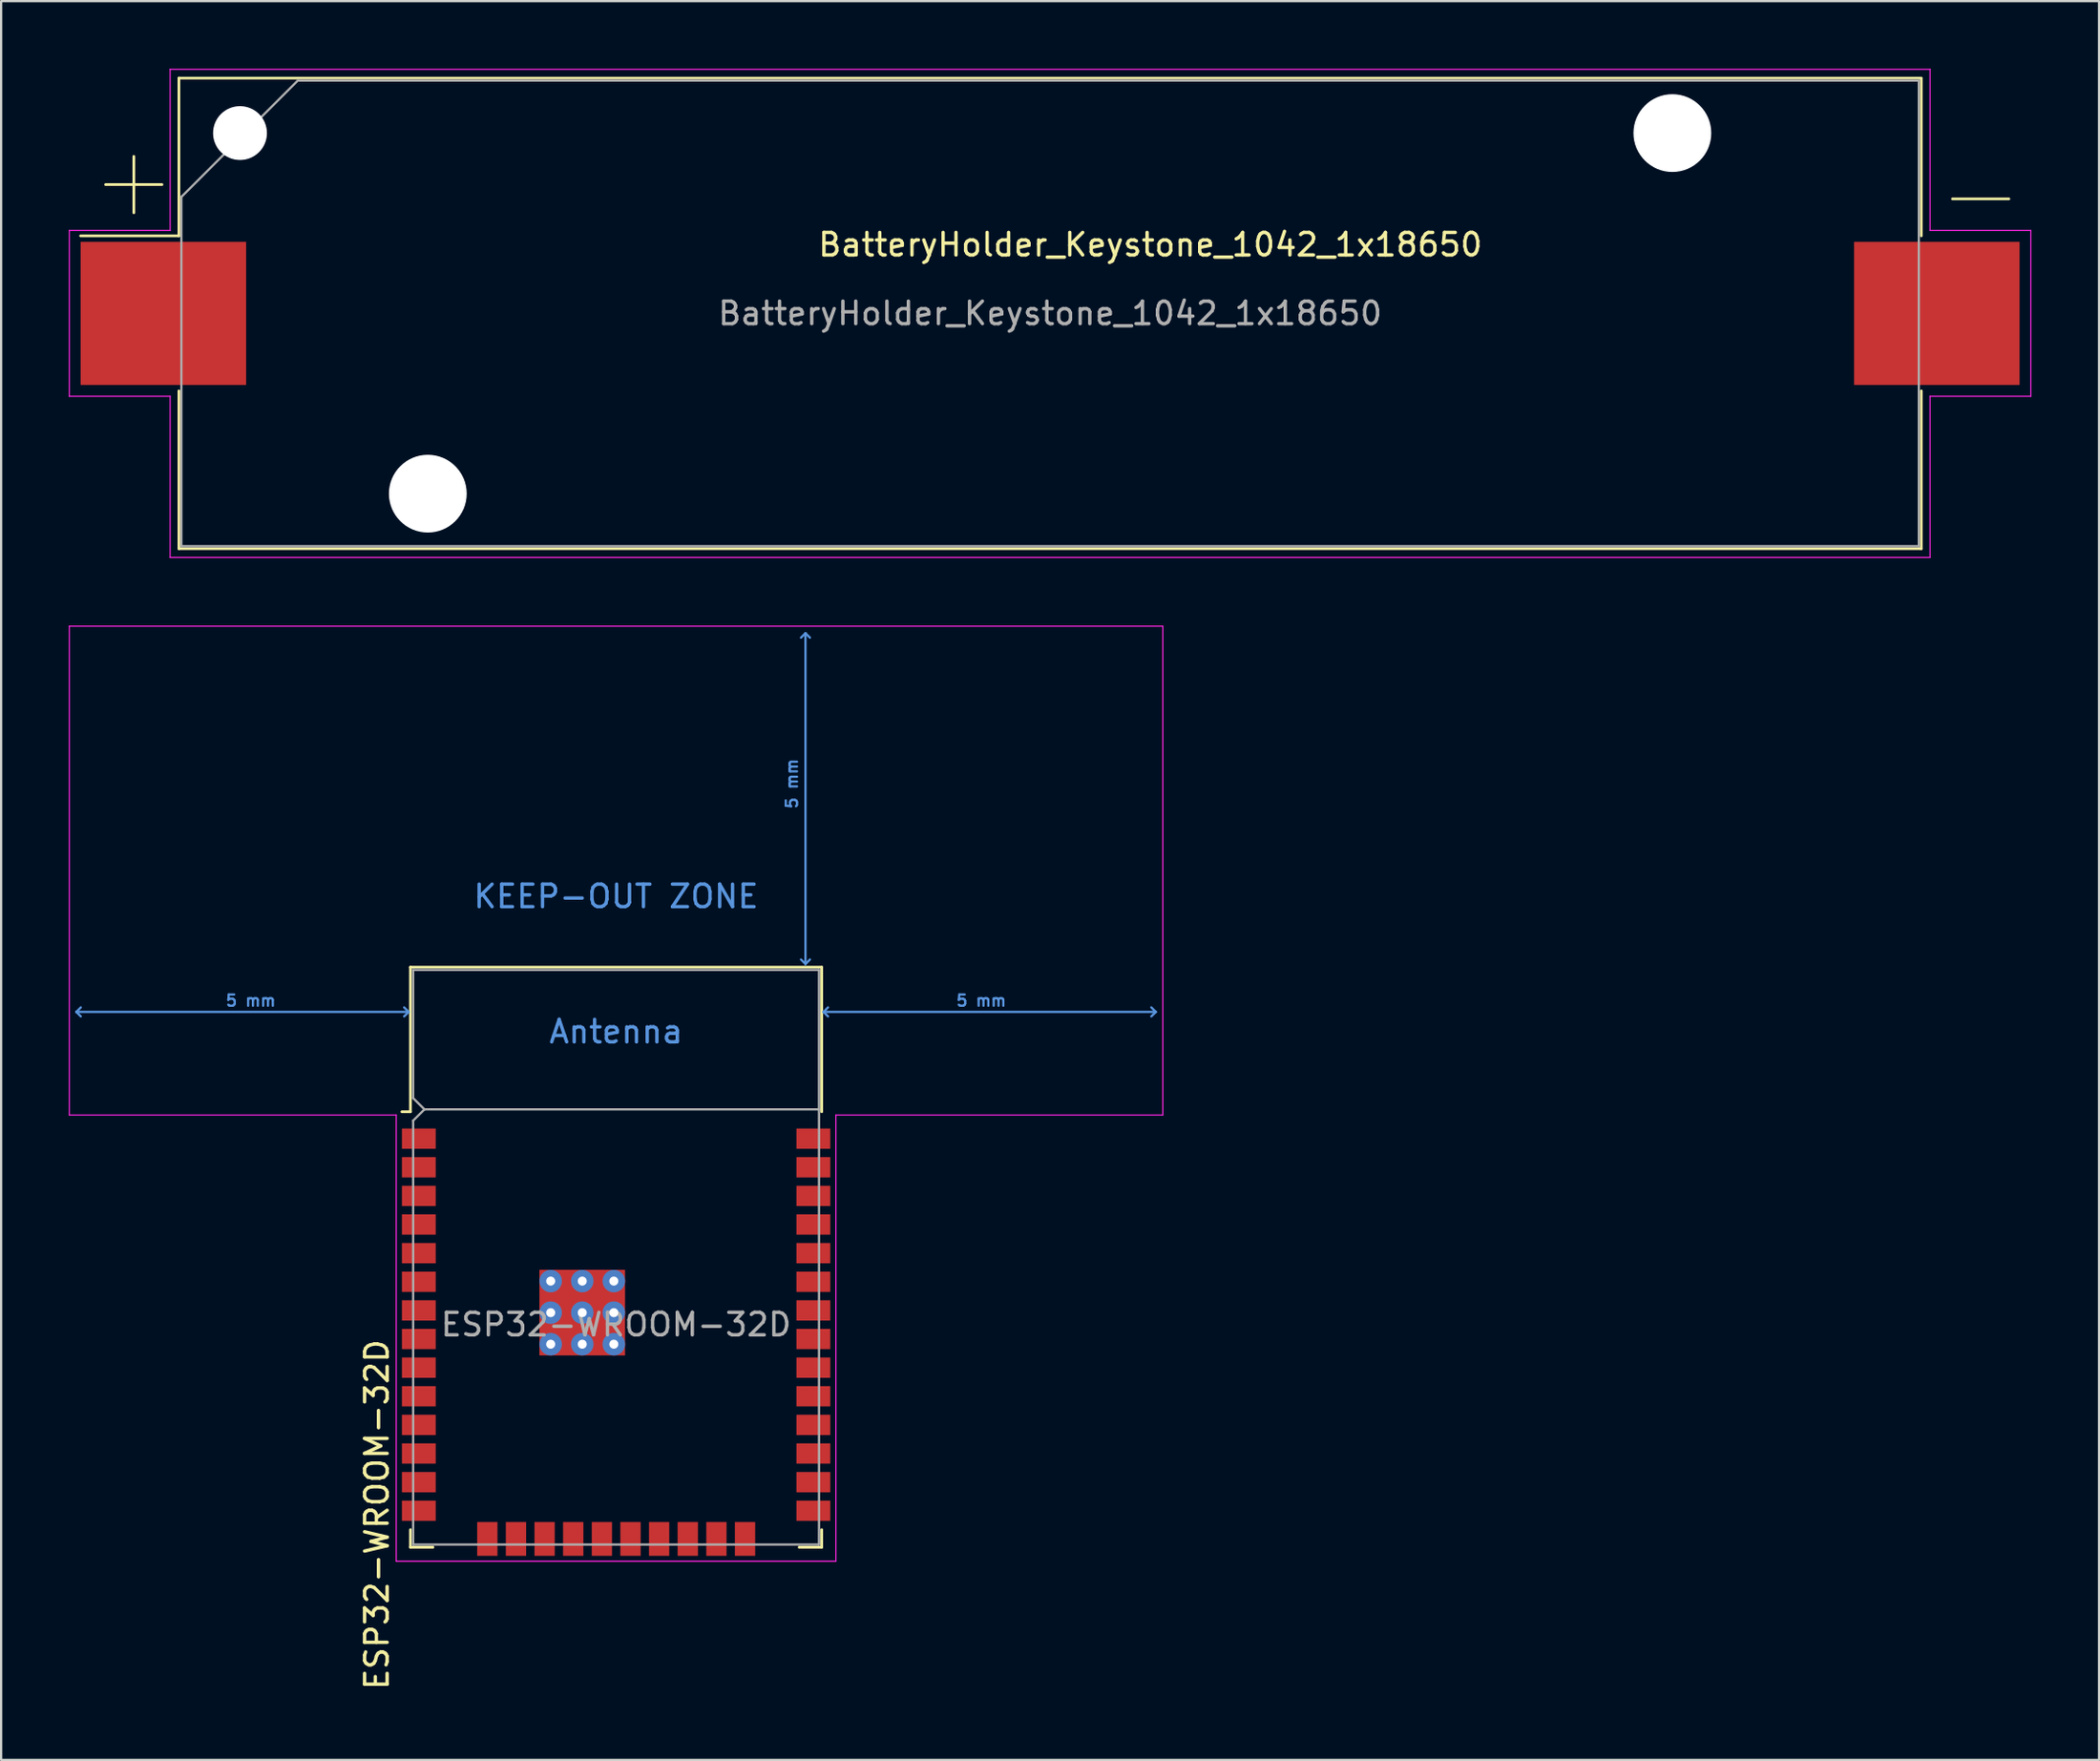
<source format=kicad_pcb>
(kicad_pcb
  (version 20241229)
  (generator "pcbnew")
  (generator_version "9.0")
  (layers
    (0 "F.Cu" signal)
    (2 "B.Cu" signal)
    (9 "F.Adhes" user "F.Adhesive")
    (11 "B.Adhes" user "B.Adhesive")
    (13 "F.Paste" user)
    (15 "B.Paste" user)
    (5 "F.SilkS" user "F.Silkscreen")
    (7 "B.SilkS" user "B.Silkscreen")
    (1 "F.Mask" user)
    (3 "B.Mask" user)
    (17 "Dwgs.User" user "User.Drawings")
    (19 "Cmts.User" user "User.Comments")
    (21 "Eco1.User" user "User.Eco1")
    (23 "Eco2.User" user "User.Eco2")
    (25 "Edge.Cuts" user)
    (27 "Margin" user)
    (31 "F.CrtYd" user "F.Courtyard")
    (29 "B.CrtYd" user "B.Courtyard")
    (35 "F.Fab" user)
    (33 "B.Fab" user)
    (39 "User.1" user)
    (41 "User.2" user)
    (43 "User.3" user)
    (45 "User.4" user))
  (footprint "BatteryHolder_Keystone_1042_1x18650"
    (layer "F.Cu")
    (at 43.525 10.855)
    (property "Reference" "BatteryHolder_Keystone_1042_1x18650" (at 4.445 -3.048 0) (layer "F.SilkS") (effects (font (size 1 1) (thickness 0.15))))
    (attr smd)
    (fp_line (start -41.89 -5.715) (end -39.39 -5.715) (stroke (width 0.12) (type solid)) (layer "F.SilkS"))
    (fp_line (start -40.64 -4.465) (end -40.64 -6.965) (stroke (width 0.12) (type solid)) (layer "F.SilkS"))
    (fp_line (start -38.64 -10.44) (end -38.64 -3.44) (stroke (width 0.12) (type solid)) (layer "F.SilkS"))
    (fp_line (start -38.64 -3.44) (end -43 -3.44) (stroke (width 0.12) (type solid)) (layer "F.SilkS"))
    (fp_line (start -38.64 10.44) (end -38.64 3.44) (stroke (width 0.12) (type solid)) (layer "F.SilkS"))
    (fp_line (start 38.64 -10.44) (end -38.64 -10.44) (stroke (width 0.12) (type solid)) (layer "F.SilkS"))
    (fp_line (start 38.64 -3.44) (end 38.64 -10.42) (stroke (width 0.12) (type solid)) (layer "F.SilkS"))
    (fp_line (start 38.64 3.44) (end 38.64 10.44) (stroke (width 0.12) (type solid)) (layer "F.SilkS"))
    (fp_line (start 38.64 10.44) (end -38.64 10.44) (stroke (width 0.12) (type solid)) (layer "F.SilkS"))
    (fp_line (start 42.525 -5.08) (end 40.025 -5.08) (stroke (width 0.12) (type solid)) (layer "F.SilkS"))
    (fp_line (start -43.5 -3.68) (end -39.03 -3.68) (stroke (width 0.05) (type solid)) (layer "F.CrtYd"))
    (fp_line (start -43.5 3.68) (end -43.5 -3.68) (stroke (width 0.05) (type solid)) (layer "F.CrtYd"))
    (fp_line (start -39.03 -10.83) (end -39.03 -3.68) (stroke (width 0.05) (type solid)) (layer "F.CrtYd"))
    (fp_line (start -39.03 -10.83) (end 39.03 -10.83) (stroke (width 0.05) (type solid)) (layer "F.CrtYd"))
    (fp_line (start -39.03 3.68) (end -43.5 3.68) (stroke (width 0.05) (type solid)) (layer "F.CrtYd"))
    (fp_line (start -39.03 10.83) (end -39.03 3.68) (stroke (width 0.05) (type solid)) (layer "F.CrtYd"))
    (fp_line (start -39.03 10.83) (end 39.03 10.83) (stroke (width 0.05) (type solid)) (layer "F.CrtYd"))
    (fp_line (start 39.03 -10.83) (end 39.03 -3.68) (stroke (width 0.05) (type solid)) (layer "F.CrtYd"))
    (fp_line (start 39.03 3.68) (end 43.5 3.68) (stroke (width 0.05) (type solid)) (layer "F.CrtYd"))
    (fp_line (start 39.03 10.83) (end 39.03 3.68) (stroke (width 0.05) (type solid)) (layer "F.CrtYd"))
    (fp_line (start 43.5 -3.68) (end 39.03 -3.68) (stroke (width 0.05) (type solid)) (layer "F.CrtYd"))
    (fp_line (start 43.5 3.68) (end 43.5 -3.68) (stroke (width 0.05) (type solid)) (layer "F.CrtYd"))
    (fp_line (start -38.53 -5.168) (end -38.53 10.33) (stroke (width 0.1) (type solid)) (layer "F.Fab"))
    (fp_line (start -38.53 10.33) (end 38.53 10.33) (stroke (width 0.1) (type solid)) (layer "F.Fab"))
    (fp_line (start -33.367 -10.33) (end -38.53 -5.168) (stroke (width 0.1) (type solid)) (layer "F.Fab"))
    (fp_line (start -33.367 -10.33) (end 38.53 -10.33) (stroke (width 0.1) (type solid)) (layer "F.Fab"))
    (fp_line (start 38.53 -10.33) (end 38.53 10.33) (stroke (width 0.1) (type solid)) (layer "F.Fab"))
    (fp_text user "${REFERENCE}" (at 0 0 0) (layer "F.Fab") (effects (font (size 1 1) (thickness 0.15))))
    (pad "" np_thru_hole circle (at -35.93 -8) (size 2.39 2.39) (drill 2.39) (layers "*.Cu" "*.Mask"))
    (pad "" np_thru_hole circle (at -27.6 8) (size 3.45 3.45) (drill 3.45) (layers "*.Cu" "*.Mask"))
    (pad "" np_thru_hole circle (at 27.6 -8) (size 3.45 3.45) (drill 3.45) (layers "*.Cu" "*.Mask"))
    (pad "1" smd rect (at -39.33 0) (size 7.34 6.35) (layers "F.Cu" "F.Mask" "F.Paste"))
    (pad "2" smd rect (at 39.33 0) (size 7.34 6.35) (layers "F.Cu" "F.Mask" "F.Paste")))
  (footprint "ESP32-WROOM-32D"
    (layer "F.Cu")
    (at 24.275 55.725)
    (property "Reference" "ESP32-WROOM-32D" (at -10.61 8.43 90) (layer "F.SilkS") (effects (font (size 1 1) (thickness 0.15))))
    (attr smd)
    (fp_line (start -9.12 -15.86) (end -9.12 -9.445) (stroke (width 0.12) (type solid)) (layer "F.SilkS"))
    (fp_line (start -9.12 -15.86) (end 9.12 -15.86) (stroke (width 0.12) (type solid)) (layer "F.SilkS"))
    (fp_line (start -9.12 -9.445) (end -9.5 -9.445) (stroke (width 0.12) (type solid)) (layer "F.SilkS"))
    (fp_line (start -9.12 9.1) (end -9.12 9.88) (stroke (width 0.12) (type solid)) (layer "F.SilkS"))
    (fp_line (start -9.12 9.88) (end -8.12 9.88) (stroke (width 0.12) (type solid)) (layer "F.SilkS"))
    (fp_line (start 9.12 -15.86) (end 9.12 -9.445) (stroke (width 0.12) (type solid)) (layer "F.SilkS"))
    (fp_line (start 9.12 9.1) (end 9.12 9.88) (stroke (width 0.12) (type solid)) (layer "F.SilkS"))
    (fp_line (start 9.12 9.88) (end 8.12 9.88) (stroke (width 0.12) (type solid)) (layer "F.SilkS"))
    (fp_line (start -23.94 -13.875) (end -23.74 -14.075) (stroke (width 0.1) (type solid)) (layer "Cmts.User"))
    (fp_line (start -23.94 -13.875) (end -23.74 -13.675) (stroke (width 0.1) (type solid)) (layer "Cmts.User"))
    (fp_line (start -23.94 -13.875) (end -9.2 -13.875) (stroke (width 0.1) (type solid)) (layer "Cmts.User"))
    (fp_line (start -9.2 -13.875) (end -9.4 -14.075) (stroke (width 0.1) (type solid)) (layer "Cmts.User"))
    (fp_line (start -9.2 -13.875) (end -9.4 -13.675) (stroke (width 0.1) (type solid)) (layer "Cmts.User"))
    (fp_line (start 8.4 -30.68) (end 8.2 -30.48) (stroke (width 0.1) (type solid)) (layer "Cmts.User"))
    (fp_line (start 8.4 -30.68) (end 8.6 -30.48) (stroke (width 0.1) (type solid)) (layer "Cmts.User"))
    (fp_line (start 8.4 -16) (end 8.2 -16.2) (stroke (width 0.1) (type solid)) (layer "Cmts.User"))
    (fp_line (start 8.4 -16) (end 8.4 -30.68) (stroke (width 0.1) (type solid)) (layer "Cmts.User"))
    (fp_line (start 8.4 -16) (end 8.6 -16.2) (stroke (width 0.1) (type solid)) (layer "Cmts.User"))
    (fp_line (start 9.2 -13.875) (end 9.4 -14.075) (stroke (width 0.1) (type solid)) (layer "Cmts.User"))
    (fp_line (start 9.2 -13.875) (end 9.4 -13.675) (stroke (width 0.1) (type solid)) (layer "Cmts.User"))
    (fp_line (start 9.2 -13.875) (end 23.94 -13.875) (stroke (width 0.1) (type solid)) (layer "Cmts.User"))
    (fp_line (start 23.94 -13.875) (end 23.74 -14.075) (stroke (width 0.1) (type solid)) (layer "Cmts.User"))
    (fp_line (start 23.94 -13.875) (end 23.74 -13.675) (stroke (width 0.1) (type solid)) (layer "Cmts.User"))
    (fp_line (start -24.25 -30.99) (end -24.25 -9.3) (stroke (width 0.05) (type solid)) (layer "F.CrtYd"))
    (fp_line (start -24.25 -30.99) (end 24.25 -30.99) (stroke (width 0.05) (type solid)) (layer "F.CrtYd"))
    (fp_line (start -24.25 -9.3) (end -9.75 -9.3) (stroke (width 0.05) (type solid)) (layer "F.CrtYd"))
    (fp_line (start -9.75 10.5) (end -9.75 -9.3) (stroke (width 0.05) (type solid)) (layer "F.CrtYd"))
    (fp_line (start -9.75 10.5) (end 9.75 10.5) (stroke (width 0.05) (type solid)) (layer "F.CrtYd"))
    (fp_line (start 9.75 -9.3) (end 9.75 10.5) (stroke (width 0.05) (type solid)) (layer "F.CrtYd"))
    (fp_line (start 9.75 -9.3) (end 24.25 -9.3) (stroke (width 0.05) (type solid)) (layer "F.CrtYd"))
    (fp_line (start 24.25 -30.99) (end 24.25 -9.3) (stroke (width 0.05) (type solid)) (layer "F.CrtYd"))
    (fp_line (start -9 -15.74) (end -9 -10.05) (stroke (width 0.1) (type solid)) (layer "F.Fab"))
    (fp_line (start -9 -15.74) (end 9 -15.74) (stroke (width 0.1) (type solid)) (layer "F.Fab"))
    (fp_line (start -9 -9.05) (end -9 9.76) (stroke (width 0.1) (type solid)) (layer "F.Fab"))
    (fp_line (start -9 -9.05) (end -8.5 -9.55) (stroke (width 0.1) (type solid)) (layer "F.Fab"))
    (fp_line (start -9 9.76) (end 9 9.76) (stroke (width 0.1) (type solid)) (layer "F.Fab"))
    (fp_line (start -8.5 -9.55) (end -9 -10.05) (stroke (width 0.1) (type solid)) (layer "F.Fab"))
    (fp_line (start -8.5 -9.55) (end 9 -9.55) (stroke (width 0.1) (type solid)) (layer "F.Fab"))
    (fp_line (start 9 9.76) (end 9 -15.74) (stroke (width 0.1) (type solid)) (layer "F.Fab"))
    (fp_text user "5 mm" (at -16.2 -14.375 0) (layer "Cmts.User") (effects (font (size 0.5 0.5) (thickness 0.1))))
    (fp_text user "KEEP-OUT ZONE" (at 0 -19 0) (layer "Cmts.User") (effects (font (size 1 1) (thickness 0.15))))
    (fp_text user "5 mm" (at 7.8 -24 90) (layer "Cmts.User") (effects (font (size 0.5 0.5) (thickness 0.1))))
    (fp_text user "5 mm" (at 16.2 -14.375 0) (layer "Cmts.User") (effects (font (size 0.5 0.5) (thickness 0.1))))
    (fp_text user "Antenna" (at 0 -13 0) (layer "Cmts.User") (effects (font (size 1 1) (thickness 0.15))))
    (fp_text user "${REFERENCE}" (at 0 0 0) (layer "F.Fab") (effects (font (size 1 1) (thickness 0.15))))
    (pad "1" smd rect (at -8.75 -8.25) (size 1.5 0.9) (layers "F.Cu" "F.Mask" "F.Paste"))
    (pad "2" smd rect (at -8.75 -6.98) (size 1.5 0.9) (layers "F.Cu" "F.Mask" "F.Paste"))
    (pad "3" smd rect (at -8.75 -5.71) (size 1.5 0.9) (layers "F.Cu" "F.Mask" "F.Paste"))
    (pad "4" smd rect (at -8.75 -4.44) (size 1.5 0.9) (layers "F.Cu" "F.Mask" "F.Paste"))
    (pad "5" smd rect (at -8.75 -3.17) (size 1.5 0.9) (layers "F.Cu" "F.Mask" "F.Paste"))
    (pad "6" smd rect (at -8.75 -1.9) (size 1.5 0.9) (layers "F.Cu" "F.Mask" "F.Paste"))
    (pad "7" smd rect (at -8.75 -0.63) (size 1.5 0.9) (layers "F.Cu" "F.Mask" "F.Paste"))
    (pad "8" smd rect (at -8.75 0.64) (size 1.5 0.9) (layers "F.Cu" "F.Mask" "F.Paste"))
    (pad "9" smd rect (at -8.75 1.91) (size 1.5 0.9) (layers "F.Cu" "F.Mask" "F.Paste"))
    (pad "10" smd rect (at -8.75 3.18) (size 1.5 0.9) (layers "F.Cu" "F.Mask" "F.Paste"))
    (pad "11" smd rect (at -8.75 4.45) (size 1.5 0.9) (layers "F.Cu" "F.Mask" "F.Paste"))
    (pad "12" smd rect (at -8.75 5.72) (size 1.5 0.9) (layers "F.Cu" "F.Mask" "F.Paste"))
    (pad "13" smd rect (at -8.75 6.99) (size 1.5 0.9) (layers "F.Cu" "F.Mask" "F.Paste"))
    (pad "14" smd rect (at -8.75 8.26) (size 1.5 0.9) (layers "F.Cu" "F.Mask" "F.Paste"))
    (pad "15" smd rect (at -5.71 9.51 90) (size 1.5 0.9) (layers "F.Cu" "F.Mask" "F.Paste"))
    (pad "16" smd rect (at -4.44 9.51 90) (size 1.5 0.9) (layers "F.Cu" "F.Mask" "F.Paste"))
    (pad "17" smd rect (at -3.17 9.51 90) (size 1.5 0.9) (layers "F.Cu" "F.Mask" "F.Paste"))
    (pad "18" smd rect (at -1.9 9.51 90) (size 1.5 0.9) (layers "F.Cu" "F.Mask" "F.Paste"))
    (pad "19" smd rect (at -0.63 9.51 90) (size 1.5 0.9) (layers "F.Cu" "F.Mask" "F.Paste"))
    (pad "20" smd rect (at 0.64 9.51 90) (size 1.5 0.9) (layers "F.Cu" "F.Mask" "F.Paste"))
    (pad "21" smd rect (at 1.91 9.51 90) (size 1.5 0.9) (layers "F.Cu" "F.Mask" "F.Paste"))
    (pad "22" smd rect (at 3.18 9.51 90) (size 1.5 0.9) (layers "F.Cu" "F.Mask" "F.Paste"))
    (pad "23" smd rect (at 4.45 9.51 90) (size 1.5 0.9) (layers "F.Cu" "F.Mask" "F.Paste"))
    (pad "24" smd rect (at 5.72 9.51 90) (size 1.5 0.9) (layers "F.Cu" "F.Mask" "F.Paste"))
    (pad "25" smd rect (at 8.75 8.26) (size 1.5 0.9) (layers "F.Cu" "F.Mask" "F.Paste"))
    (pad "26" smd rect (at 8.75 6.99) (size 1.5 0.9) (layers "F.Cu" "F.Mask" "F.Paste"))
    (pad "27" smd rect (at 8.75 5.72) (size 1.5 0.9) (layers "F.Cu" "F.Mask" "F.Paste"))
    (pad "28" smd rect (at 8.75 4.45) (size 1.5 0.9) (layers "F.Cu" "F.Mask" "F.Paste"))
    (pad "29" smd rect (at 8.75 3.18) (size 1.5 0.9) (layers "F.Cu" "F.Mask" "F.Paste"))
    (pad "30" smd rect (at 8.75 1.91) (size 1.5 0.9) (layers "F.Cu" "F.Mask" "F.Paste"))
    (pad "31" smd rect (at 8.75 0.64) (size 1.5 0.9) (layers "F.Cu" "F.Mask" "F.Paste"))
    (pad "32" smd rect (at 8.75 -0.63) (size 1.5 0.9) (layers "F.Cu" "F.Mask" "F.Paste"))
    (pad "33" smd rect (at 8.75 -1.9) (size 1.5 0.9) (layers "F.Cu" "F.Mask" "F.Paste"))
    (pad "34" smd rect (at 8.75 -3.17) (size 1.5 0.9) (layers "F.Cu" "F.Mask" "F.Paste"))
    (pad "35" smd rect (at 8.75 -4.44) (size 1.5 0.9) (layers "F.Cu" "F.Mask" "F.Paste"))
    (pad "36" smd rect (at 8.75 -5.71) (size 1.5 0.9) (layers "F.Cu" "F.Mask" "F.Paste"))
    (pad "37" smd rect (at 8.75 -6.98) (size 1.5 0.9) (layers "F.Cu" "F.Mask" "F.Paste"))
    (pad "38" smd rect (at 8.75 -8.25) (size 1.5 0.9) (layers "F.Cu" "F.Mask" "F.Paste"))
    (pad "39" smd rect (at -2.9 -1.93) (size 0.9 0.9) (layers "F.Cu" "F.Paste"))
    (pad "39" thru_hole circle (at -2.9 -1.93) (size 1 1) (drill 0.4) (property pad_prop_heatsink) (layers "*.Cu" "F.Mask"))
    (pad "39" smd rect (at -2.9 -0.53) (size 0.9 0.9) (layers "F.Cu" "F.Paste"))
    (pad "39" thru_hole circle (at -2.9 -0.53) (size 1 1) (drill 0.4) (property pad_prop_heatsink) (layers "*.Cu" "F.Mask"))
    (pad "39" smd rect (at -2.9 0.87) (size 0.9 0.9) (layers "F.Cu" "F.Paste"))
    (pad "39" thru_hole circle (at -2.9 0.87) (size 1 1) (drill 0.4) (property pad_prop_heatsink) (layers "*.Cu" "F.Mask"))
    (pad "39" smd rect (at -1.5 -1.93) (size 0.9 0.9) (layers "F.Cu" "F.Paste"))
    (pad "39" thru_hole circle (at -1.5 -1.93) (size 1 1) (drill 0.4) (property pad_prop_heatsink) (layers "*.Cu" "F.Mask"))
    (pad "39" smd rect (at -1.5 -0.53) (size 0.9 0.9) (layers "F.Cu" "F.Paste"))
    (pad "39" thru_hole circle (at -1.5 -0.53) (size 1 1) (drill 0.4) (property pad_prop_heatsink) (layers "*.Cu" "F.Mask"))
    (pad "39" smd rect (at -1.5 -0.53) (size 3.8 3.8) (layers "F.Cu" "F.Mask"))
    (pad "39" smd rect (at -1.5 0.87) (size 0.9 0.9) (layers "F.Cu" "F.Paste"))
    (pad "39" thru_hole circle (at -1.5 0.87) (size 1 1) (drill 0.4) (property pad_prop_heatsink) (layers "*.Cu" "F.Mask"))
    (pad "39" smd rect (at -0.1 -1.93) (size 0.9 0.9) (layers "F.Cu" "F.Paste"))
    (pad "39" thru_hole circle (at -0.1 -1.93) (size 1 1) (drill 0.4) (property pad_prop_heatsink) (layers "*.Cu" "F.Mask"))
    (pad "39" smd rect (at -0.1 -0.53) (size 0.9 0.9) (layers "F.Cu" "F.Paste"))
    (pad "39" thru_hole circle (at -0.1 -0.53) (size 1 1) (drill 0.4) (property pad_prop_heatsink) (layers "*.Cu" "F.Mask"))
    (pad "39" smd rect (at -0.1 0.87) (size 0.9 0.9) (layers "F.Cu" "F.Paste"))
    (pad "39" thru_hole circle (at -0.1 0.87) (size 1 1) (drill 0.4) (property pad_prop_heatsink) (layers "*.Cu" "F.Mask"))
    (zone (net_name "") (layers "F.Cu" "B.Cu") (hatch full 0.508) (connect_pads) (min_thickness 0.254) (filled_areas_thickness no) (keepout (tracks not_allowed) (vias not_allowed) (pads not_allowed) (copperpour not_allowed) (footprints not_allowed)) (placement (enabled no)) (fill) (polygon (pts (xy 0.275 46.175) (xy 48.275 46.175) (xy 48.275 24.985) (xy 0.275 24.985)))))
  (gr_rect
    (start -3 -3)
    (end 90.05 75.042)
    (stroke (width 0.1) (type default))
    (fill no)
    (layer "Edge.Cuts")))
</source>
